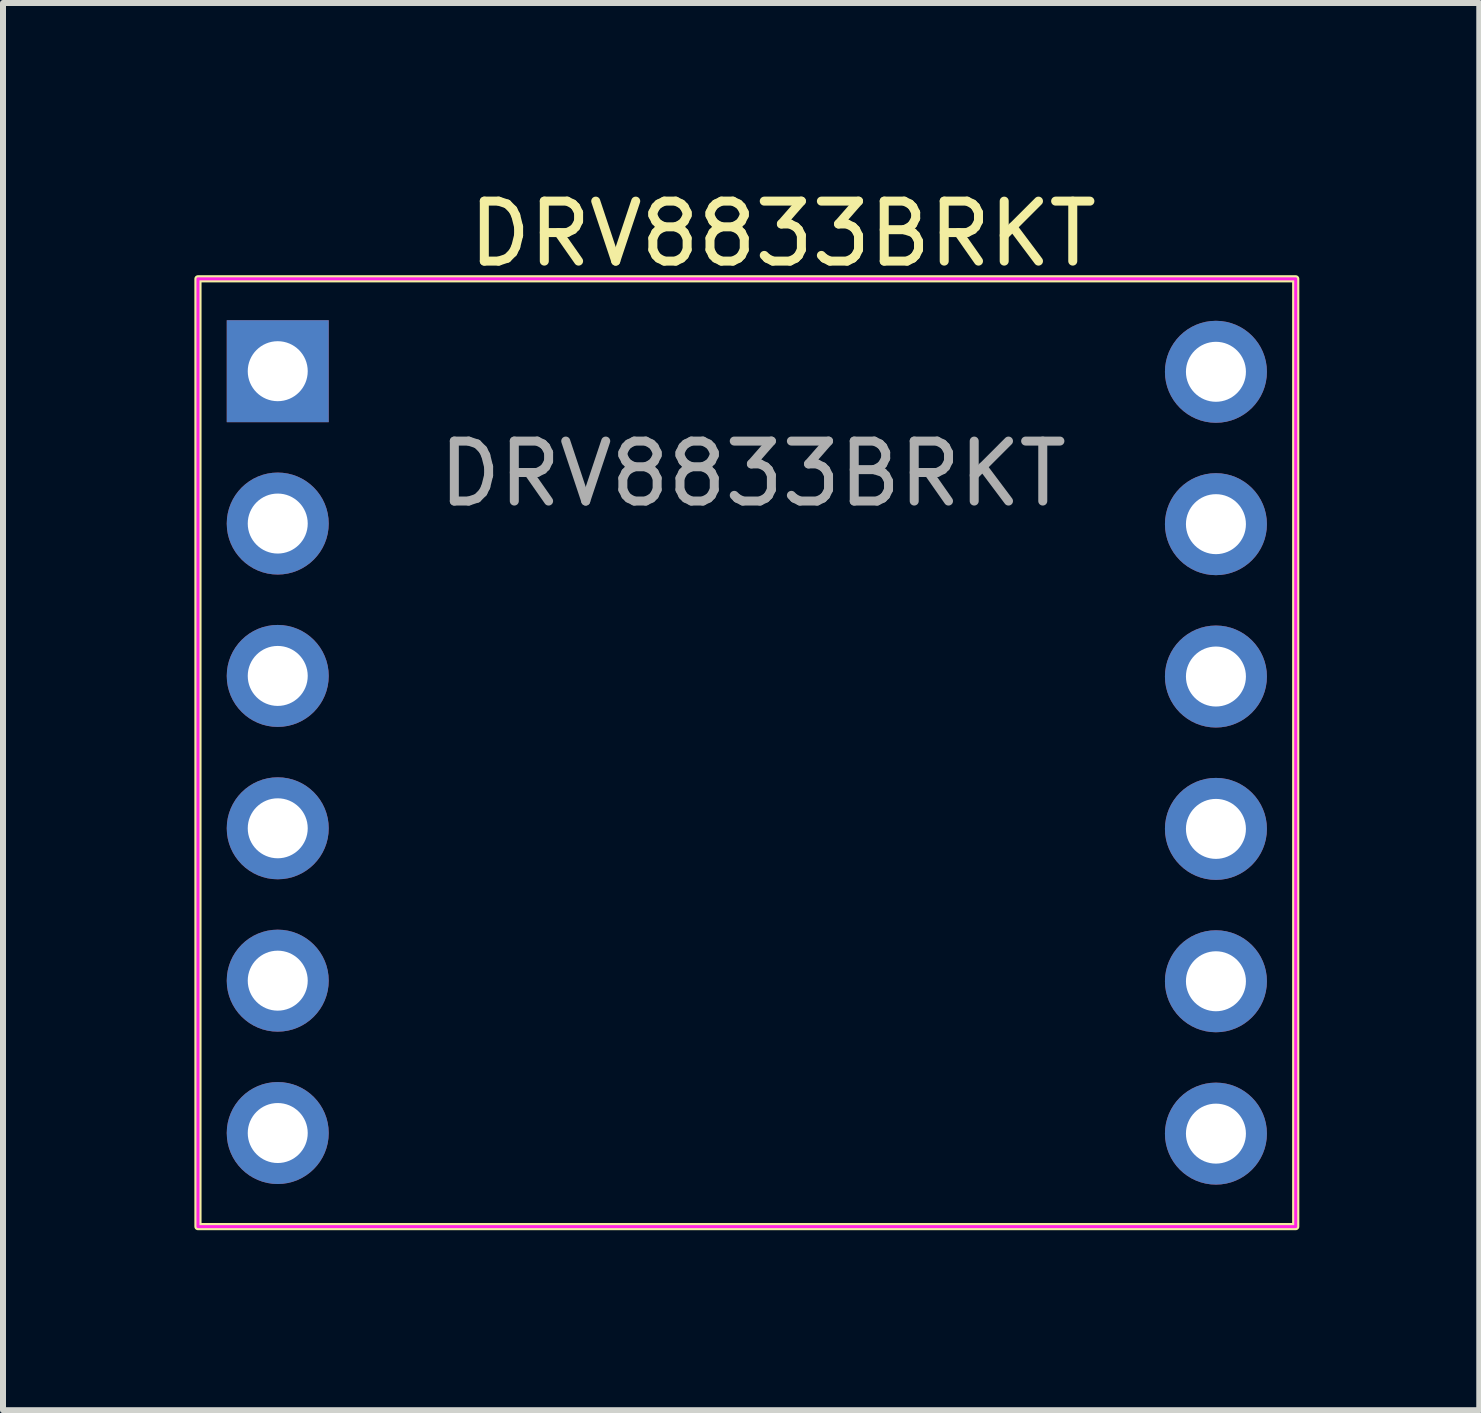
<source format=kicad_pcb>
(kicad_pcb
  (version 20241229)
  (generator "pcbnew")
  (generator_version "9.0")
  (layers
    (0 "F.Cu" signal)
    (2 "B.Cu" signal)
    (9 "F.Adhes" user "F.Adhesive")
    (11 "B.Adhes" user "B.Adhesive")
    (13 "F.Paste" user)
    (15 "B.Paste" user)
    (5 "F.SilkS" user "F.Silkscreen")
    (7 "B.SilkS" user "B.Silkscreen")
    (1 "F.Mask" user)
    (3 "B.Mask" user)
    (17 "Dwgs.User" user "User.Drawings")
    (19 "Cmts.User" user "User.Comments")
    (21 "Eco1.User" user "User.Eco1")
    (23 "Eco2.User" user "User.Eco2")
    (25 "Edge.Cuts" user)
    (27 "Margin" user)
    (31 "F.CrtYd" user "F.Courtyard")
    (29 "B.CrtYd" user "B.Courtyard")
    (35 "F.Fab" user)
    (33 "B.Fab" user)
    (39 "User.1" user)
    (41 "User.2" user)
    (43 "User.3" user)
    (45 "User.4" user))
  (footprint "DRV8833BRKT"
    (layer "F.Cu")
    (at 0.25 1.598)
    (property "Reference" "DRV8833BRKT" (at 9.75 -0.75 0) (unlocked yes) (layer "F.SilkS") (effects (font (size 1 1) (thickness 0.15))))
    (attr through_hole)
    (fp_rect (start 0 0) (end 18.3 15.8) (stroke (width 0.12) (type solid)) (fill no) (layer "F.SilkS"))
    (fp_rect (start 18.3 0) (end 0 15.8) (stroke (width 0.05) (type solid)) (fill no) (layer "F.CrtYd"))
    (fp_text user "${REFERENCE}" (at 9.25 3.25 0) (unlocked yes) (layer "F.Fab") (effects (font (size 1 1) (thickness 0.15))))
    (pad "1" thru_hole rect (at 1.33 1.54) (size 1.7 1.7) (drill 1) (layers "*.Cu" "*.Mask"))
    (pad "2" thru_hole oval (at 1.33 4.08) (size 1.7 1.7) (drill 1) (layers "*.Cu" "*.Mask"))
    (pad "3" thru_hole oval (at 1.33 6.62) (size 1.7 1.7) (drill 1) (layers "*.Cu" "*.Mask"))
    (pad "4" thru_hole oval (at 1.33 9.16) (size 1.7 1.7) (drill 1) (layers "*.Cu" "*.Mask"))
    (pad "5" thru_hole oval (at 1.33 11.7) (size 1.7 1.7) (drill 1) (layers "*.Cu" "*.Mask"))
    (pad "6" thru_hole oval (at 1.33 14.24) (size 1.7 1.7) (drill 1) (layers "*.Cu" "*.Mask"))
    (pad "7" thru_hole circle (at 16.97 1.55) (size 1.7 1.7) (drill 1) (layers "*.Cu" "*.Mask"))
    (pad "8" thru_hole oval (at 16.97 4.09) (size 1.7 1.7) (drill 1) (layers "*.Cu" "*.Mask"))
    (pad "9" thru_hole oval (at 16.97 6.63) (size 1.7 1.7) (drill 1) (layers "*.Cu" "*.Mask"))
    (pad "10" thru_hole oval (at 16.97 9.17) (size 1.7 1.7) (drill 1) (layers "*.Cu" "*.Mask"))
    (pad "11" thru_hole oval (at 16.97 11.71) (size 1.7 1.7) (drill 1) (layers "*.Cu" "*.Mask"))
    (pad "12" thru_hole oval (at 16.97 14.25) (size 1.7 1.7) (drill 1) (layers "*.Cu" "*.Mask")))
  (gr_rect
    (start -3 -3)
    (end 21.61 20.458)
    (stroke (width 0.1) (type default))
    (fill no)
    (layer "Edge.Cuts")))
</source>
